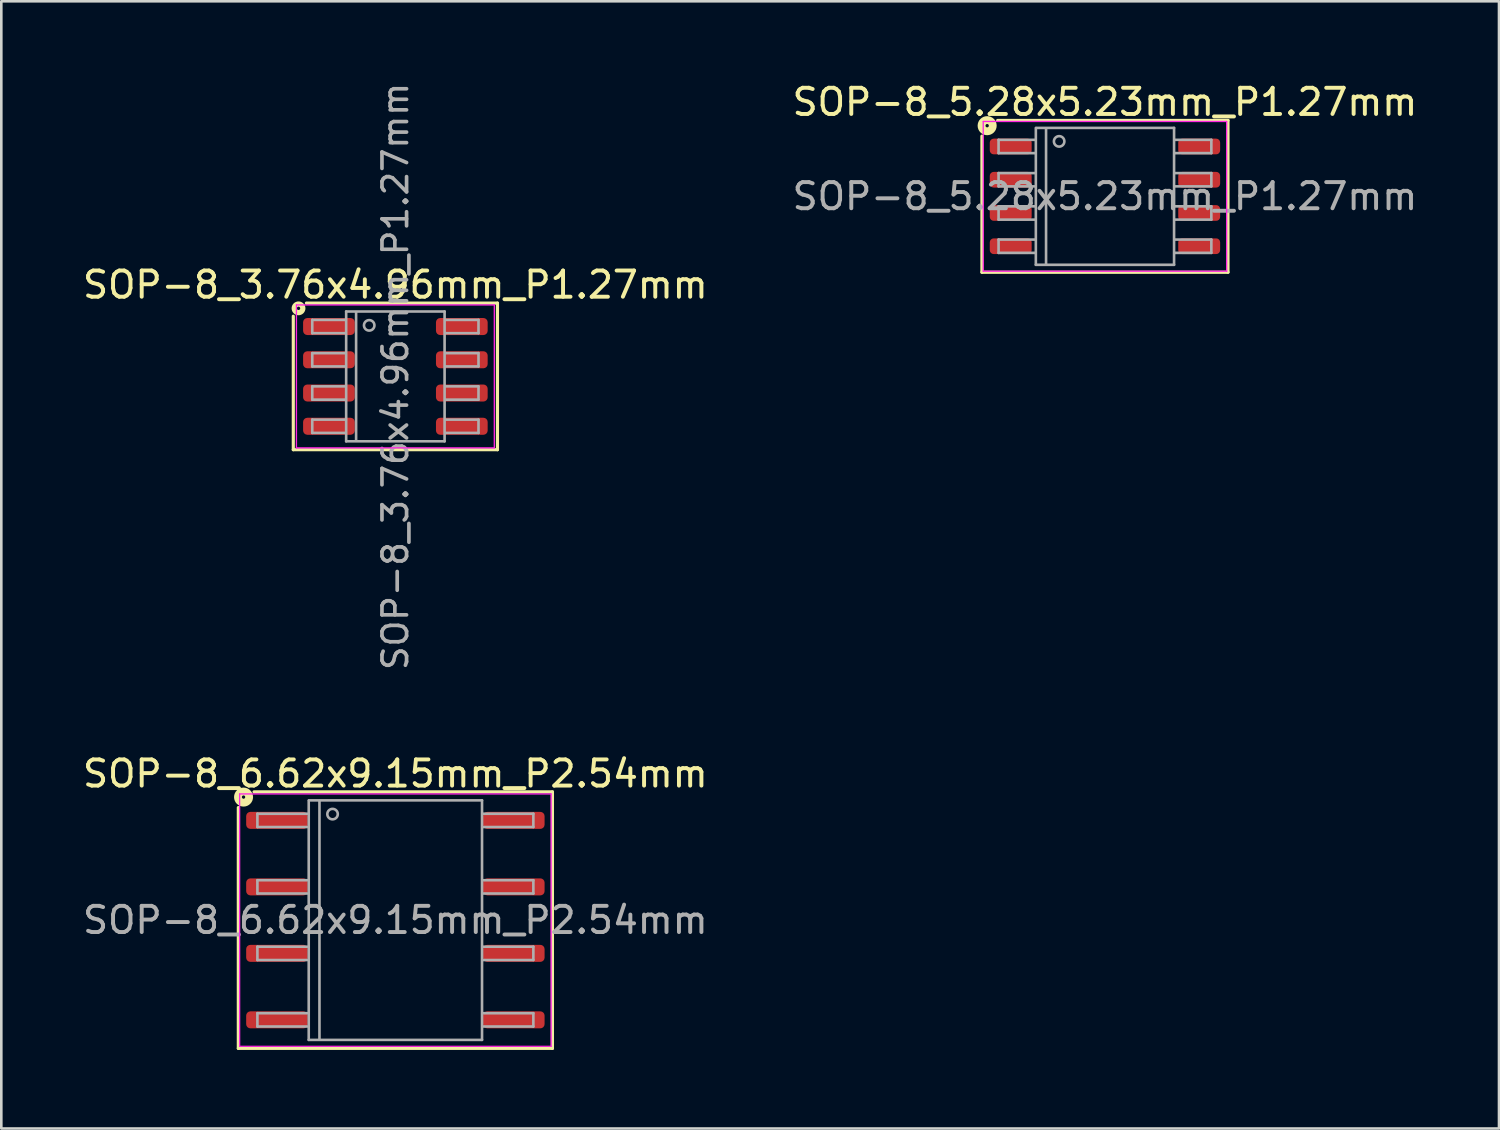
<source format=kicad_pcb>
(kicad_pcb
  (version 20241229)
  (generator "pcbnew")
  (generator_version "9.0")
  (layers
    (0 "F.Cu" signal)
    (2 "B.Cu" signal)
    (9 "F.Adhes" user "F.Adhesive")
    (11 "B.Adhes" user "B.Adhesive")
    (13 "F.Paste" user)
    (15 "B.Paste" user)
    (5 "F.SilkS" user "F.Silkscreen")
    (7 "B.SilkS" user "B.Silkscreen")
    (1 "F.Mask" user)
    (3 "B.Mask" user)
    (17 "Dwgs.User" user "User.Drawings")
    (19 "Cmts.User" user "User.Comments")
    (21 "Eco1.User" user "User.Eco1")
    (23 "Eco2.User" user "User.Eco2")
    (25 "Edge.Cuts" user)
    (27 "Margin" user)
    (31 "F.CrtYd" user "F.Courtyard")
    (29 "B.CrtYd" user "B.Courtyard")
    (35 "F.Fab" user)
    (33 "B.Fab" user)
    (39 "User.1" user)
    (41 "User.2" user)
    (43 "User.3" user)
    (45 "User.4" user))
  (footprint "SOP-8_3.76x4.96mm_P1.27mm"
    (layer "F.Cu")
    (at 12.054 11.329)
    (property "Reference" "SOP-8_3.76x4.96mm_P1.27mm" (at 0 -3.499 0) (layer "F.SilkS") (effects (font (size 1 1) (thickness 0.15))))
    (attr smd)
    (fp_line (start -3.9 -2.3) (end -3.9 2.8) (stroke (width 0.12) (type solid)) (layer "F.SilkS"))
    (fp_line (start -3.9 2.8) (end 3.9 2.8) (stroke (width 0.12) (type solid)) (layer "F.SilkS"))
    (fp_line (start 3.9 -2.8) (end -3.4 -2.8) (stroke (width 0.12) (type solid)) (layer "F.SilkS"))
    (fp_line (start 3.9 2.8) (end 3.9 -2.8) (stroke (width 0.12) (type solid)) (layer "F.SilkS"))
    (fp_circle (center -3.7 -2.6) (end -3.636 -2.6) (stroke (width 0.2) (type solid)) (fill no) (layer "F.SilkS"))
    (fp_line (start -3.78 -2.73) (end -3.78 2.73) (stroke (width 0.05) (type solid)) (layer "F.CrtYd"))
    (fp_line (start -3.78 2.73) (end 3.78 2.73) (stroke (width 0.05) (type solid)) (layer "F.CrtYd"))
    (fp_line (start 3.78 -2.73) (end -3.78 -2.73) (stroke (width 0.05) (type solid)) (layer "F.CrtYd"))
    (fp_line (start 3.78 2.73) (end 3.78 -2.73) (stroke (width 0.05) (type solid)) (layer "F.CrtYd"))
    (fp_line (start -3.175 -2.159) (end -3.175 -1.651) (stroke (width 0.1) (type solid)) (layer "F.Fab"))
    (fp_line (start -3.175 -2.159) (end -1.905 -2.159) (stroke (width 0.1) (type solid)) (layer "F.Fab"))
    (fp_line (start -3.175 -1.651) (end -1.905 -1.651) (stroke (width 0.1) (type solid)) (layer "F.Fab"))
    (fp_line (start -3.175 -0.889) (end -3.175 -0.381) (stroke (width 0.1) (type solid)) (layer "F.Fab"))
    (fp_line (start -3.175 -0.889) (end -1.905 -0.889) (stroke (width 0.1) (type solid)) (layer "F.Fab"))
    (fp_line (start -3.175 -0.381) (end -1.905 -0.381) (stroke (width 0.1) (type solid)) (layer "F.Fab"))
    (fp_line (start -3.175 0.381) (end -3.175 0.889) (stroke (width 0.1) (type solid)) (layer "F.Fab"))
    (fp_line (start -3.175 0.381) (end -1.905 0.381) (stroke (width 0.1) (type solid)) (layer "F.Fab"))
    (fp_line (start -3.175 0.889) (end -1.905 0.889) (stroke (width 0.1) (type solid)) (layer "F.Fab"))
    (fp_line (start -3.175 1.651) (end -3.175 2.159) (stroke (width 0.1) (type solid)) (layer "F.Fab"))
    (fp_line (start -3.175 1.651) (end -1.905 1.651) (stroke (width 0.1) (type solid)) (layer "F.Fab"))
    (fp_line (start -3.175 2.159) (end -1.905 2.159) (stroke (width 0.1) (type solid)) (layer "F.Fab"))
    (fp_line (start -1.88 -2.48) (end 1.88 -2.48) (stroke (width 0.1) (type solid)) (layer "F.Fab"))
    (fp_line (start -1.88 2.48) (end -1.88 -2.48) (stroke (width 0.1) (type solid)) (layer "F.Fab"))
    (fp_line (start -1.5 -2.45) (end -1.5 2.45) (stroke (width 0.1) (type solid)) (layer "F.Fab"))
    (fp_line (start 1.88 -2.48) (end 1.88 2.48) (stroke (width 0.1) (type solid)) (layer "F.Fab"))
    (fp_line (start 1.88 2.48) (end -1.88 2.48) (stroke (width 0.1) (type solid)) (layer "F.Fab"))
    (fp_line (start 3.175 -2.159) (end 1.905 -2.159) (stroke (width 0.1) (type solid)) (layer "F.Fab"))
    (fp_line (start 3.175 -1.651) (end 1.905 -1.651) (stroke (width 0.1) (type solid)) (layer "F.Fab"))
    (fp_line (start 3.175 -1.651) (end 3.175 -2.159) (stroke (width 0.1) (type solid)) (layer "F.Fab"))
    (fp_line (start 3.175 -0.889) (end 1.905 -0.889) (stroke (width 0.1) (type solid)) (layer "F.Fab"))
    (fp_line (start 3.175 -0.381) (end 1.905 -0.381) (stroke (width 0.1) (type solid)) (layer "F.Fab"))
    (fp_line (start 3.175 -0.381) (end 3.175 -0.889) (stroke (width 0.1) (type solid)) (layer "F.Fab"))
    (fp_line (start 3.175 0.381) (end 1.905 0.381) (stroke (width 0.1) (type solid)) (layer "F.Fab"))
    (fp_line (start 3.175 0.889) (end 1.905 0.889) (stroke (width 0.1) (type solid)) (layer "F.Fab"))
    (fp_line (start 3.175 0.889) (end 3.175 0.381) (stroke (width 0.1) (type solid)) (layer "F.Fab"))
    (fp_line (start 3.175 1.651) (end 1.905 1.651) (stroke (width 0.1) (type solid)) (layer "F.Fab"))
    (fp_line (start 3.175 2.159) (end 1.905 2.159) (stroke (width 0.1) (type solid)) (layer "F.Fab"))
    (fp_line (start 3.175 2.159) (end 3.175 1.651) (stroke (width 0.1) (type solid)) (layer "F.Fab"))
    (fp_circle (center -1 -1.95) (end -0.8 -1.95) (stroke (width 0.1) (type solid)) (fill no) (layer "F.Fab"))
    (fp_text user "${REFERENCE}" (at 0 0 90) (layer "F.Fab") (effects (font (size 0.94 0.94) (thickness 0.14))))
    (pad "1" smd roundrect (at -2.538 -1.905) (size 1.975 0.65) (layers "F.Cu" "F.Mask" "F.Paste") (roundrect_rratio 0.25))
    (pad "2" smd roundrect (at -2.538 -0.635) (size 1.975 0.65) (layers "F.Cu" "F.Mask" "F.Paste") (roundrect_rratio 0.25))
    (pad "3" smd roundrect (at -2.538 0.635) (size 1.975 0.65) (layers "F.Cu" "F.Mask" "F.Paste") (roundrect_rratio 0.25))
    (pad "4" smd roundrect (at -2.538 1.905) (size 1.975 0.65) (layers "F.Cu" "F.Mask" "F.Paste") (roundrect_rratio 0.25))
    (pad "5" smd roundrect (at 2.538 1.905) (size 1.975 0.65) (layers "F.Cu" "F.Mask" "F.Paste") (roundrect_rratio 0.25))
    (pad "6" smd roundrect (at 2.538 0.635) (size 1.975 0.65) (layers "F.Cu" "F.Mask" "F.Paste") (roundrect_rratio 0.25))
    (pad "7" smd roundrect (at 2.538 -0.635) (size 1.975 0.65) (layers "F.Cu" "F.Mask" "F.Paste") (roundrect_rratio 0.25))
    (pad "8" smd roundrect (at 2.538 -1.905) (size 1.975 0.65) (layers "F.Cu" "F.Mask" "F.Paste") (roundrect_rratio 0.25)))
  (footprint "SOP-8_6.62x9.15mm_P2.54mm"
    (layer "F.Cu")
    (at 12.054 32.1)
    (property "Reference" "SOP-8_6.62x9.15mm_P2.54mm" (at 0 -5.594 0) (layer "F.SilkS") (effects (font (size 1 1) (thickness 0.15))))
    (attr smd)
    (fp_line (start -6 -4.3) (end -6 4.9) (stroke (width 0.12) (type solid)) (layer "F.SilkS"))
    (fp_line (start -6 4.9) (end 6 4.9) (stroke (width 0.12) (type solid)) (layer "F.SilkS"))
    (fp_line (start 6 -4.9) (end -5.4 -4.9) (stroke (width 0.12) (type solid)) (layer "F.SilkS"))
    (fp_line (start 6 4.9) (end 6 -4.9) (stroke (width 0.12) (type solid)) (layer "F.SilkS"))
    (fp_circle (center -5.8 -4.7) (end -5.737 -4.7) (stroke (width 0.3) (type solid)) (fill no) (layer "F.SilkS"))
    (fp_line (start -5.95 -4.82) (end -5.95 4.82) (stroke (width 0.05) (type solid)) (layer "F.CrtYd"))
    (fp_line (start -5.95 4.82) (end 5.95 4.82) (stroke (width 0.05) (type solid)) (layer "F.CrtYd"))
    (fp_line (start 5.95 -4.82) (end -5.95 -4.82) (stroke (width 0.05) (type solid)) (layer "F.CrtYd"))
    (fp_line (start 5.95 4.82) (end 5.95 -4.82) (stroke (width 0.05) (type solid)) (layer "F.CrtYd"))
    (fp_line (start -5.271 -4.064) (end -5.271 -3.556) (stroke (width 0.1) (type solid)) (layer "F.Fab"))
    (fp_line (start -5.271 -4.064) (end -3.365 -4.064) (stroke (width 0.1) (type solid)) (layer "F.Fab"))
    (fp_line (start -5.271 -3.556) (end -3.365 -3.556) (stroke (width 0.1) (type solid)) (layer "F.Fab"))
    (fp_line (start -5.271 -1.524) (end -5.271 -1.016) (stroke (width 0.1) (type solid)) (layer "F.Fab"))
    (fp_line (start -5.271 -1.524) (end -3.365 -1.524) (stroke (width 0.1) (type solid)) (layer "F.Fab"))
    (fp_line (start -5.271 -1.016) (end -3.365 -1.016) (stroke (width 0.1) (type solid)) (layer "F.Fab"))
    (fp_line (start -5.271 1.016) (end -5.271 1.524) (stroke (width 0.1) (type solid)) (layer "F.Fab"))
    (fp_line (start -5.271 1.016) (end -3.365 1.016) (stroke (width 0.1) (type solid)) (layer "F.Fab"))
    (fp_line (start -5.271 1.524) (end -3.365 1.524) (stroke (width 0.1) (type solid)) (layer "F.Fab"))
    (fp_line (start -5.271 3.556) (end -5.271 4.064) (stroke (width 0.1) (type solid)) (layer "F.Fab"))
    (fp_line (start -5.271 3.556) (end -3.365 3.556) (stroke (width 0.1) (type solid)) (layer "F.Fab"))
    (fp_line (start -5.271 4.064) (end -3.365 4.064) (stroke (width 0.1) (type solid)) (layer "F.Fab"))
    (fp_line (start -3.31 4.575) (end -3.31 -4.57) (stroke (width 0.1) (type solid)) (layer "F.Fab"))
    (fp_line (start -3.3 -4.575) (end 3.31 -4.575) (stroke (width 0.1) (type solid)) (layer "F.Fab"))
    (fp_line (start -2.9 -4.55) (end -2.9 4.55) (stroke (width 0.1) (type solid)) (layer "F.Fab"))
    (fp_line (start 3.31 -4.575) (end 3.31 4.575) (stroke (width 0.1) (type solid)) (layer "F.Fab"))
    (fp_line (start 3.31 4.575) (end -3.31 4.575) (stroke (width 0.1) (type solid)) (layer "F.Fab"))
    (fp_line (start 5.271 -4.064) (end 3.365 -4.064) (stroke (width 0.1) (type solid)) (layer "F.Fab"))
    (fp_line (start 5.271 -3.556) (end 3.365 -3.556) (stroke (width 0.1) (type solid)) (layer "F.Fab"))
    (fp_line (start 5.271 -3.556) (end 5.271 -4.064) (stroke (width 0.1) (type solid)) (layer "F.Fab"))
    (fp_line (start 5.271 -1.524) (end 3.365 -1.524) (stroke (width 0.1) (type solid)) (layer "F.Fab"))
    (fp_line (start 5.271 -1.016) (end 3.365 -1.016) (stroke (width 0.1) (type solid)) (layer "F.Fab"))
    (fp_line (start 5.271 -1.016) (end 5.271 -1.524) (stroke (width 0.1) (type solid)) (layer "F.Fab"))
    (fp_line (start 5.271 1.016) (end 3.365 1.016) (stroke (width 0.1) (type solid)) (layer "F.Fab"))
    (fp_line (start 5.271 1.524) (end 3.365 1.524) (stroke (width 0.1) (type solid)) (layer "F.Fab"))
    (fp_line (start 5.271 1.524) (end 5.271 1.016) (stroke (width 0.1) (type solid)) (layer "F.Fab"))
    (fp_line (start 5.271 3.556) (end 3.365 3.556) (stroke (width 0.1) (type solid)) (layer "F.Fab"))
    (fp_line (start 5.271 4.064) (end 3.365 4.064) (stroke (width 0.1) (type solid)) (layer "F.Fab"))
    (fp_line (start 5.271 4.064) (end 5.271 3.556) (stroke (width 0.1) (type solid)) (layer "F.Fab"))
    (fp_circle (center -2.4 -4.05) (end -2.2 -4.05) (stroke (width 0.1) (type solid)) (fill no) (layer "F.Fab"))
    (fp_text user "${REFERENCE}" (at 0 0 0) (layer "F.Fab") (effects (font (size 1 1) (thickness 0.15))))
    (pad "1" smd roundrect (at -4.525 -3.81) (size 2.35 0.65) (layers "F.Cu" "F.Mask" "F.Paste") (roundrect_rratio 0.25))
    (pad "2" smd roundrect (at -4.525 -1.27) (size 2.35 0.65) (layers "F.Cu" "F.Mask" "F.Paste") (roundrect_rratio 0.25))
    (pad "3" smd roundrect (at -4.525 1.27) (size 2.35 0.65) (layers "F.Cu" "F.Mask" "F.Paste") (roundrect_rratio 0.25))
    (pad "4" smd roundrect (at -4.525 3.81) (size 2.35 0.65) (layers "F.Cu" "F.Mask" "F.Paste") (roundrect_rratio 0.25))
    (pad "5" smd roundrect (at 4.525 3.81) (size 2.35 0.65) (layers "F.Cu" "F.Mask" "F.Paste") (roundrect_rratio 0.25))
    (pad "6" smd roundrect (at 4.525 1.27) (size 2.35 0.65) (layers "F.Cu" "F.Mask" "F.Paste") (roundrect_rratio 0.25))
    (pad "7" smd roundrect (at 4.525 -1.27) (size 2.35 0.65) (layers "F.Cu" "F.Mask" "F.Paste") (roundrect_rratio 0.25))
    (pad "8" smd roundrect (at 4.525 -3.81) (size 2.35 0.65) (layers "F.Cu" "F.Mask" "F.Paste") (roundrect_rratio 0.25)))
  (footprint "SOP-8_5.28x5.23mm_P1.27mm"
    (layer "F.Cu")
    (at 39.161 4.451)
    (property "Reference" "SOP-8_5.28x5.23mm_P1.27mm" (at 0 -3.603 0) (layer "F.SilkS") (effects (font (size 1 1) (thickness 0.15))))
    (attr smd)
    (fp_line (start -4.7 -2.3) (end -4.7 2.9) (stroke (width 0.12) (type solid)) (layer "F.SilkS"))
    (fp_line (start -4.7 2.9) (end 4.7 2.9) (stroke (width 0.12) (type solid)) (layer "F.SilkS"))
    (fp_line (start 4.7 -2.9) (end -4.1 -2.9) (stroke (width 0.12) (type solid)) (layer "F.SilkS"))
    (fp_line (start 4.7 2.9) (end 4.7 -2.9) (stroke (width 0.12) (type solid)) (layer "F.SilkS"))
    (fp_circle (center -4.5 -2.7) (end -4.436 -2.7) (stroke (width 0.3) (type solid)) (fill no) (layer "F.SilkS"))
    (fp_line (start -4.65 -2.86) (end -4.65 2.86) (stroke (width 0.05) (type solid)) (layer "F.CrtYd"))
    (fp_line (start -4.65 2.86) (end 4.65 2.86) (stroke (width 0.05) (type solid)) (layer "F.CrtYd"))
    (fp_line (start 4.65 -2.86) (end -4.65 -2.86) (stroke (width 0.05) (type solid)) (layer "F.CrtYd"))
    (fp_line (start 4.65 2.86) (end 4.65 -2.86) (stroke (width 0.05) (type solid)) (layer "F.CrtYd"))
    (fp_line (start -4.064 -2.159) (end -4.064 -1.651) (stroke (width 0.1) (type solid)) (layer "F.Fab"))
    (fp_line (start -4.064 -2.159) (end -2.667 -2.159) (stroke (width 0.1) (type solid)) (layer "F.Fab"))
    (fp_line (start -4.064 -1.651) (end -2.667 -1.651) (stroke (width 0.1) (type solid)) (layer "F.Fab"))
    (fp_line (start -4.064 -0.889) (end -4.064 -0.381) (stroke (width 0.1) (type solid)) (layer "F.Fab"))
    (fp_line (start -4.064 -0.889) (end -2.667 -0.889) (stroke (width 0.1) (type solid)) (layer "F.Fab"))
    (fp_line (start -4.064 -0.381) (end -2.667 -0.381) (stroke (width 0.1) (type solid)) (layer "F.Fab"))
    (fp_line (start -4.064 0.381) (end -4.064 0.889) (stroke (width 0.1) (type solid)) (layer "F.Fab"))
    (fp_line (start -4.064 0.381) (end -2.667 0.381) (stroke (width 0.1) (type solid)) (layer "F.Fab"))
    (fp_line (start -4.064 0.889) (end -2.667 0.889) (stroke (width 0.1) (type solid)) (layer "F.Fab"))
    (fp_line (start -4.064 1.651) (end -4.064 2.159) (stroke (width 0.1) (type solid)) (layer "F.Fab"))
    (fp_line (start -4.064 1.651) (end -2.667 1.651) (stroke (width 0.1) (type solid)) (layer "F.Fab"))
    (fp_line (start -4.064 2.159) (end -2.667 2.159) (stroke (width 0.1) (type solid)) (layer "F.Fab"))
    (fp_line (start -2.64 2.615) (end -2.64 -2.61) (stroke (width 0.1) (type solid)) (layer "F.Fab"))
    (fp_line (start -2.63 -2.615) (end 2.64 -2.615) (stroke (width 0.1) (type solid)) (layer "F.Fab"))
    (fp_line (start -2.25 -2.6) (end -2.25 2.6) (stroke (width 0.1) (type solid)) (layer "F.Fab"))
    (fp_line (start 2.64 -2.615) (end 2.64 2.615) (stroke (width 0.1) (type solid)) (layer "F.Fab"))
    (fp_line (start 2.64 2.615) (end -2.64 2.615) (stroke (width 0.1) (type solid)) (layer "F.Fab"))
    (fp_line (start 4.064 -2.159) (end 2.667 -2.159) (stroke (width 0.1) (type solid)) (layer "F.Fab"))
    (fp_line (start 4.064 -1.651) (end 2.667 -1.651) (stroke (width 0.1) (type solid)) (layer "F.Fab"))
    (fp_line (start 4.064 -1.651) (end 4.064 -2.159) (stroke (width 0.1) (type solid)) (layer "F.Fab"))
    (fp_line (start 4.064 -0.889) (end 2.667 -0.889) (stroke (width 0.1) (type solid)) (layer "F.Fab"))
    (fp_line (start 4.064 -0.381) (end 2.667 -0.381) (stroke (width 0.1) (type solid)) (layer "F.Fab"))
    (fp_line (start 4.064 -0.381) (end 4.064 -0.889) (stroke (width 0.1) (type solid)) (layer "F.Fab"))
    (fp_line (start 4.064 0.381) (end 2.667 0.381) (stroke (width 0.1) (type solid)) (layer "F.Fab"))
    (fp_line (start 4.064 0.889) (end 2.667 0.889) (stroke (width 0.1) (type solid)) (layer "F.Fab"))
    (fp_line (start 4.064 0.889) (end 4.064 0.381) (stroke (width 0.1) (type solid)) (layer "F.Fab"))
    (fp_line (start 4.064 1.651) (end 2.667 1.651) (stroke (width 0.1) (type solid)) (layer "F.Fab"))
    (fp_line (start 4.064 2.159) (end 2.667 2.159) (stroke (width 0.1) (type solid)) (layer "F.Fab"))
    (fp_line (start 4.064 2.159) (end 4.064 1.651) (stroke (width 0.1) (type solid)) (layer "F.Fab"))
    (fp_circle (center -1.75 -2.1) (end -1.55 -2.1) (stroke (width 0.1) (type solid)) (fill no) (layer "F.Fab"))
    (fp_text user "${REFERENCE}" (at 0 0 0) (layer "F.Fab") (effects (font (size 1 1) (thickness 0.15))))
    (pad "1" smd roundrect (at -3.6 -1.905) (size 1.6 0.6) (layers "F.Cu" "F.Mask" "F.Paste") (roundrect_rratio 0.25))
    (pad "2" smd roundrect (at -3.6 -0.635) (size 1.6 0.6) (layers "F.Cu" "F.Mask" "F.Paste") (roundrect_rratio 0.25))
    (pad "3" smd roundrect (at -3.6 0.635) (size 1.6 0.6) (layers "F.Cu" "F.Mask" "F.Paste") (roundrect_rratio 0.25))
    (pad "4" smd roundrect (at -3.6 1.905) (size 1.6 0.6) (layers "F.Cu" "F.Mask" "F.Paste") (roundrect_rratio 0.25))
    (pad "5" smd roundrect (at 3.6 1.905) (size 1.6 0.6) (layers "F.Cu" "F.Mask" "F.Paste") (roundrect_rratio 0.25))
    (pad "6" smd roundrect (at 3.6 0.635) (size 1.6 0.6) (layers "F.Cu" "F.Mask" "F.Paste") (roundrect_rratio 0.25))
    (pad "7" smd roundrect (at 3.6 -0.635) (size 1.6 0.6) (layers "F.Cu" "F.Mask" "F.Paste") (roundrect_rratio 0.25))
    (pad "8" smd roundrect (at 3.6 -1.905) (size 1.6 0.6) (layers "F.Cu" "F.Mask" "F.Paste") (roundrect_rratio 0.25)))
  (gr_rect
    (start -3 -3)
    (end 54.214 40.06)
    (stroke (width 0.1) (type default))
    (fill no)
    (layer "Edge.Cuts")))
</source>
